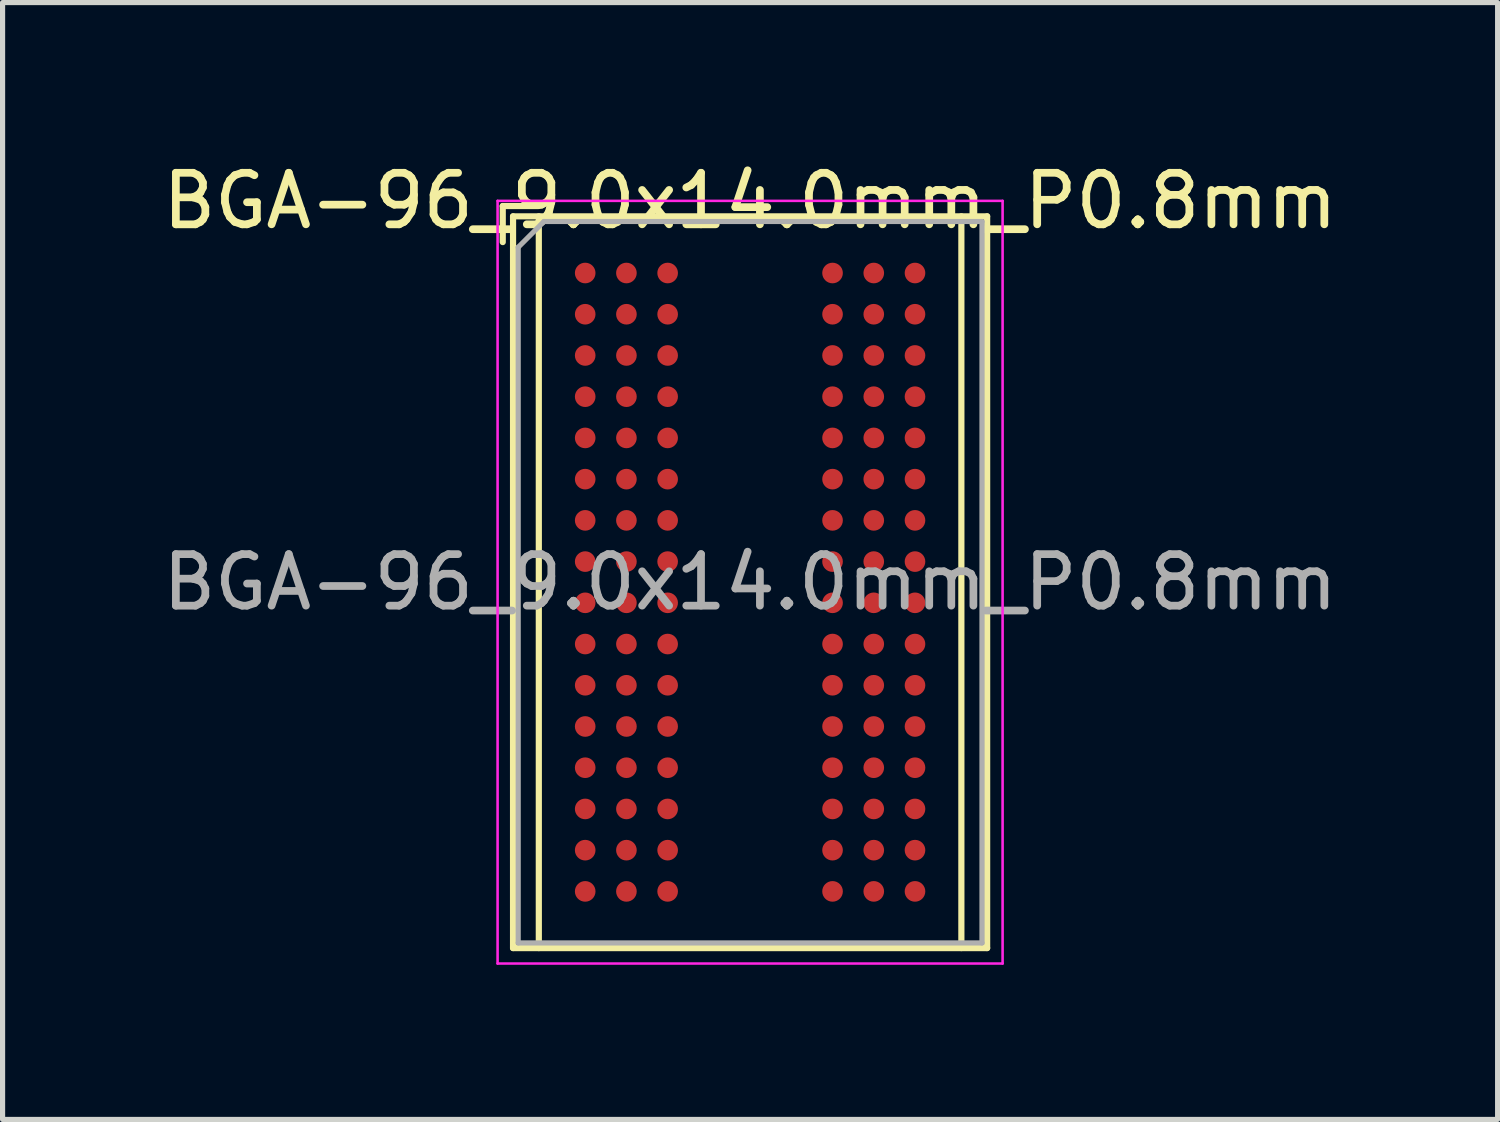
<source format=kicad_pcb>
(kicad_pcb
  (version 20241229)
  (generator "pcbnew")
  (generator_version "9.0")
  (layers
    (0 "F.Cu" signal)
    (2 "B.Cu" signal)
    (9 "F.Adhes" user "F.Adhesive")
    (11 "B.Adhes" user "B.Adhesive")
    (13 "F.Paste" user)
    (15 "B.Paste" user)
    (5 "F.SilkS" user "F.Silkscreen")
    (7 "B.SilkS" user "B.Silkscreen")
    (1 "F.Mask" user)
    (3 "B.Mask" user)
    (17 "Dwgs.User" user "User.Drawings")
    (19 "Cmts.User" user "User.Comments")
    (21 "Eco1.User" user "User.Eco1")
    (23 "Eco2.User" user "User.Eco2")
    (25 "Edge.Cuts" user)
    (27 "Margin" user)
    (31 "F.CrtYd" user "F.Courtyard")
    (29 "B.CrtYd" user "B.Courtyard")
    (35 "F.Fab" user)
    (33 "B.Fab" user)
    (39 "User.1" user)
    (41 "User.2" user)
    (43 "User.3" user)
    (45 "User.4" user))
  (footprint "BGA-96_9.0x14.0mm_P0.8mm"
    (layer "F.Cu")
    (at 11.506 8.248)
    (property "Reference" "BGA-96_9.0x14.0mm_P0.8mm" (at 0 -7.4 0) (layer "F.SilkS") (effects (font (size 1 1) (thickness 0.15))))
    (attr smd)
    (fp_line (start -4.8 -7.3) (end -4.8 -6.6) (stroke (width 0.12) (type solid)) (layer "F.SilkS"))
    (fp_line (start -4.6 -7.1) (end -4.6 7.1) (stroke (width 0.12) (type solid)) (layer "F.SilkS"))
    (fp_line (start -4.6 7.1) (end 4.6 7.1) (stroke (width 0.12) (type solid)) (layer "F.SilkS"))
    (fp_line (start -4.1 -7.3) (end -4.8 -7.3) (stroke (width 0.12) (type solid)) (layer "F.SilkS"))
    (fp_line (start -4.1 -7.1) (end -4.1 7.1) (stroke (width 0.12) (type solid)) (layer "F.SilkS"))
    (fp_line (start 4.1 -7.1) (end 4.1 7.1) (stroke (width 0.12) (type solid)) (layer "F.SilkS"))
    (fp_line (start 4.6 -7.1) (end -4.6 -7.1) (stroke (width 0.12) (type solid)) (layer "F.SilkS"))
    (fp_line (start 4.6 7.1) (end 4.6 -7.1) (stroke (width 0.12) (type solid)) (layer "F.SilkS"))
    (fp_line (start -4.9 -7.4) (end -4.9 7.4) (stroke (width 0.05) (type solid)) (layer "F.CrtYd"))
    (fp_line (start -4.9 -7.4) (end 4.9 -7.4) (stroke (width 0.05) (type solid)) (layer "F.CrtYd"))
    (fp_line (start 4.9 7.4) (end -4.9 7.4) (stroke (width 0.05) (type solid)) (layer "F.CrtYd"))
    (fp_line (start 4.9 7.4) (end 4.9 -7.4) (stroke (width 0.05) (type solid)) (layer "F.CrtYd"))
    (fp_line (start -4.5 -6.5) (end -4.5 7) (stroke (width 0.1) (type solid)) (layer "F.Fab"))
    (fp_line (start -4.5 7) (end 4.5 7) (stroke (width 0.1) (type solid)) (layer "F.Fab"))
    (fp_line (start -4 -7) (end -4.5 -6.5) (stroke (width 0.1) (type solid)) (layer "F.Fab"))
    (fp_line (start 4.5 -7) (end -4 -7) (stroke (width 0.1) (type solid)) (layer "F.Fab"))
    (fp_line (start 4.5 7) (end 4.5 -7) (stroke (width 0.1) (type solid)) (layer "F.Fab"))
    (fp_text user "${REFERENCE}" (at 0 0 0) (layer "F.Fab") (effects (font (size 1 1) (thickness 0.15))))
    (pad "A1" smd circle (at -3.2 -6) (size 0.4 0.4) (layers "F.Cu" "F.Mask" "F.Paste"))
    (pad "A2" smd circle (at -2.4 -6) (size 0.4 0.4) (layers "F.Cu" "F.Mask" "F.Paste"))
    (pad "A3" smd circle (at -1.6 -6) (size 0.4 0.4) (layers "F.Cu" "F.Mask" "F.Paste"))
    (pad "A7" smd circle (at 1.6 -6) (size 0.4 0.4) (layers "F.Cu" "F.Mask" "F.Paste"))
    (pad "A8" smd circle (at 2.4 -6) (size 0.4 0.4) (layers "F.Cu" "F.Mask" "F.Paste"))
    (pad "A9" smd circle (at 3.2 -6) (size 0.4 0.4) (layers "F.Cu" "F.Mask" "F.Paste"))
    (pad "B1" smd circle (at -3.2 -5.2) (size 0.4 0.4) (layers "F.Cu" "F.Mask" "F.Paste"))
    (pad "B2" smd circle (at -2.4 -5.2) (size 0.4 0.4) (layers "F.Cu" "F.Mask" "F.Paste"))
    (pad "B3" smd circle (at -1.6 -5.2) (size 0.4 0.4) (layers "F.Cu" "F.Mask" "F.Paste"))
    (pad "B7" smd circle (at 1.6 -5.2) (size 0.4 0.4) (layers "F.Cu" "F.Mask" "F.Paste"))
    (pad "B8" smd circle (at 2.4 -5.2) (size 0.4 0.4) (layers "F.Cu" "F.Mask" "F.Paste"))
    (pad "B9" smd circle (at 3.2 -5.2) (size 0.4 0.4) (layers "F.Cu" "F.Mask" "F.Paste"))
    (pad "C1" smd circle (at -3.2 -4.4) (size 0.4 0.4) (layers "F.Cu" "F.Mask" "F.Paste"))
    (pad "C2" smd circle (at -2.4 -4.4) (size 0.4 0.4) (layers "F.Cu" "F.Mask" "F.Paste"))
    (pad "C3" smd circle (at -1.6 -4.4) (size 0.4 0.4) (layers "F.Cu" "F.Mask" "F.Paste"))
    (pad "C7" smd circle (at 1.6 -4.4) (size 0.4 0.4) (layers "F.Cu" "F.Mask" "F.Paste"))
    (pad "C8" smd circle (at 2.4 -4.4) (size 0.4 0.4) (layers "F.Cu" "F.Mask" "F.Paste"))
    (pad "C9" smd circle (at 3.2 -4.4) (size 0.4 0.4) (layers "F.Cu" "F.Mask" "F.Paste"))
    (pad "D1" smd circle (at -3.2 -3.6) (size 0.4 0.4) (layers "F.Cu" "F.Mask" "F.Paste"))
    (pad "D2" smd circle (at -2.4 -3.6) (size 0.4 0.4) (layers "F.Cu" "F.Mask" "F.Paste"))
    (pad "D3" smd circle (at -1.6 -3.6) (size 0.4 0.4) (layers "F.Cu" "F.Mask" "F.Paste"))
    (pad "D7" smd circle (at 1.6 -3.6) (size 0.4 0.4) (layers "F.Cu" "F.Mask" "F.Paste"))
    (pad "D8" smd circle (at 2.4 -3.6) (size 0.4 0.4) (layers "F.Cu" "F.Mask" "F.Paste"))
    (pad "D9" smd circle (at 3.2 -3.6) (size 0.4 0.4) (layers "F.Cu" "F.Mask" "F.Paste"))
    (pad "E1" smd circle (at -3.2 -2.8) (size 0.4 0.4) (layers "F.Cu" "F.Mask" "F.Paste"))
    (pad "E2" smd circle (at -2.4 -2.8) (size 0.4 0.4) (layers "F.Cu" "F.Mask" "F.Paste"))
    (pad "E3" smd circle (at -1.6 -2.8) (size 0.4 0.4) (layers "F.Cu" "F.Mask" "F.Paste"))
    (pad "E7" smd circle (at 1.6 -2.8) (size 0.4 0.4) (layers "F.Cu" "F.Mask" "F.Paste"))
    (pad "E8" smd circle (at 2.4 -2.8) (size 0.4 0.4) (layers "F.Cu" "F.Mask" "F.Paste"))
    (pad "E9" smd circle (at 3.2 -2.8) (size 0.4 0.4) (layers "F.Cu" "F.Mask" "F.Paste"))
    (pad "F1" smd circle (at -3.2 -2) (size 0.4 0.4) (layers "F.Cu" "F.Mask" "F.Paste"))
    (pad "F2" smd circle (at -2.4 -2) (size 0.4 0.4) (layers "F.Cu" "F.Mask" "F.Paste"))
    (pad "F3" smd circle (at -1.6 -2) (size 0.4 0.4) (layers "F.Cu" "F.Mask" "F.Paste"))
    (pad "F7" smd circle (at 1.6 -2) (size 0.4 0.4) (layers "F.Cu" "F.Mask" "F.Paste"))
    (pad "F8" smd circle (at 2.4 -2) (size 0.4 0.4) (layers "F.Cu" "F.Mask" "F.Paste"))
    (pad "F9" smd circle (at 3.2 -2) (size 0.4 0.4) (layers "F.Cu" "F.Mask" "F.Paste"))
    (pad "G1" smd circle (at -3.2 -1.2) (size 0.4 0.4) (layers "F.Cu" "F.Mask" "F.Paste"))
    (pad "G2" smd circle (at -2.4 -1.2) (size 0.4 0.4) (layers "F.Cu" "F.Mask" "F.Paste"))
    (pad "G3" smd circle (at -1.6 -1.2) (size 0.4 0.4) (layers "F.Cu" "F.Mask" "F.Paste"))
    (pad "G7" smd circle (at 1.6 -1.2) (size 0.4 0.4) (layers "F.Cu" "F.Mask" "F.Paste"))
    (pad "G8" smd circle (at 2.4 -1.2) (size 0.4 0.4) (layers "F.Cu" "F.Mask" "F.Paste"))
    (pad "G9" smd circle (at 3.2 -1.2) (size 0.4 0.4) (layers "F.Cu" "F.Mask" "F.Paste"))
    (pad "H1" smd circle (at -3.2 -0.4) (size 0.4 0.4) (layers "F.Cu" "F.Mask" "F.Paste"))
    (pad "H2" smd circle (at -2.4 -0.4) (size 0.4 0.4) (layers "F.Cu" "F.Mask" "F.Paste"))
    (pad "H3" smd circle (at -1.6 -0.4) (size 0.4 0.4) (layers "F.Cu" "F.Mask" "F.Paste"))
    (pad "H7" smd circle (at 1.6 -0.4) (size 0.4 0.4) (layers "F.Cu" "F.Mask" "F.Paste"))
    (pad "H8" smd circle (at 2.4 -0.4) (size 0.4 0.4) (layers "F.Cu" "F.Mask" "F.Paste"))
    (pad "H9" smd circle (at 3.2 -0.4) (size 0.4 0.4) (layers "F.Cu" "F.Mask" "F.Paste"))
    (pad "J1" smd circle (at -3.2 0.4) (size 0.4 0.4) (layers "F.Cu" "F.Mask" "F.Paste"))
    (pad "J2" smd circle (at -2.4 0.4) (size 0.4 0.4) (layers "F.Cu" "F.Mask" "F.Paste"))
    (pad "J3" smd circle (at -1.6 0.4) (size 0.4 0.4) (layers "F.Cu" "F.Mask" "F.Paste"))
    (pad "J7" smd circle (at 1.6 0.4) (size 0.4 0.4) (layers "F.Cu" "F.Mask" "F.Paste"))
    (pad "J8" smd circle (at 2.4 0.4) (size 0.4 0.4) (layers "F.Cu" "F.Mask" "F.Paste"))
    (pad "J9" smd circle (at 3.2 0.4) (size 0.4 0.4) (layers "F.Cu" "F.Mask" "F.Paste"))
    (pad "K1" smd circle (at -3.2 1.2) (size 0.4 0.4) (layers "F.Cu" "F.Mask" "F.Paste"))
    (pad "K2" smd circle (at -2.4 1.2) (size 0.4 0.4) (layers "F.Cu" "F.Mask" "F.Paste"))
    (pad "K3" smd circle (at -1.6 1.2) (size 0.4 0.4) (layers "F.Cu" "F.Mask" "F.Paste"))
    (pad "K7" smd circle (at 1.6 1.2) (size 0.4 0.4) (layers "F.Cu" "F.Mask" "F.Paste"))
    (pad "K8" smd circle (at 2.4 1.2) (size 0.4 0.4) (layers "F.Cu" "F.Mask" "F.Paste"))
    (pad "K9" smd circle (at 3.2 1.2) (size 0.4 0.4) (layers "F.Cu" "F.Mask" "F.Paste"))
    (pad "L1" smd circle (at -3.2 2) (size 0.4 0.4) (layers "F.Cu" "F.Mask" "F.Paste"))
    (pad "L2" smd circle (at -2.4 2) (size 0.4 0.4) (layers "F.Cu" "F.Mask" "F.Paste"))
    (pad "L3" smd circle (at -1.6 2) (size 0.4 0.4) (layers "F.Cu" "F.Mask" "F.Paste"))
    (pad "L7" smd circle (at 1.6 2) (size 0.4 0.4) (layers "F.Cu" "F.Mask" "F.Paste"))
    (pad "L8" smd circle (at 2.4 2) (size 0.4 0.4) (layers "F.Cu" "F.Mask" "F.Paste"))
    (pad "L9" smd circle (at 3.2 2) (size 0.4 0.4) (layers "F.Cu" "F.Mask" "F.Paste"))
    (pad "M1" smd circle (at -3.2 2.8) (size 0.4 0.4) (layers "F.Cu" "F.Mask" "F.Paste"))
    (pad "M2" smd circle (at -2.4 2.8) (size 0.4 0.4) (layers "F.Cu" "F.Mask" "F.Paste"))
    (pad "M3" smd circle (at -1.6 2.8) (size 0.4 0.4) (layers "F.Cu" "F.Mask" "F.Paste"))
    (pad "M7" smd circle (at 1.6 2.8) (size 0.4 0.4) (layers "F.Cu" "F.Mask" "F.Paste"))
    (pad "M8" smd circle (at 2.4 2.8) (size 0.4 0.4) (layers "F.Cu" "F.Mask" "F.Paste"))
    (pad "M9" smd circle (at 3.2 2.8) (size 0.4 0.4) (layers "F.Cu" "F.Mask" "F.Paste"))
    (pad "N1" smd circle (at -3.2 3.6) (size 0.4 0.4) (layers "F.Cu" "F.Mask" "F.Paste"))
    (pad "N2" smd circle (at -2.4 3.6) (size 0.4 0.4) (layers "F.Cu" "F.Mask" "F.Paste"))
    (pad "N3" smd circle (at -1.6 3.6) (size 0.4 0.4) (layers "F.Cu" "F.Mask" "F.Paste"))
    (pad "N7" smd circle (at 1.6 3.6) (size 0.4 0.4) (layers "F.Cu" "F.Mask" "F.Paste"))
    (pad "N8" smd circle (at 2.4 3.6) (size 0.4 0.4) (layers "F.Cu" "F.Mask" "F.Paste"))
    (pad "N9" smd circle (at 3.2 3.6) (size 0.4 0.4) (layers "F.Cu" "F.Mask" "F.Paste"))
    (pad "P1" smd circle (at -3.2 4.4) (size 0.4 0.4) (layers "F.Cu" "F.Mask" "F.Paste"))
    (pad "P2" smd circle (at -2.4 4.4) (size 0.4 0.4) (layers "F.Cu" "F.Mask" "F.Paste"))
    (pad "P3" smd circle (at -1.6 4.4) (size 0.4 0.4) (layers "F.Cu" "F.Mask" "F.Paste"))
    (pad "P7" smd circle (at 1.6 4.4) (size 0.4 0.4) (layers "F.Cu" "F.Mask" "F.Paste"))
    (pad "P8" smd circle (at 2.4 4.4) (size 0.4 0.4) (layers "F.Cu" "F.Mask" "F.Paste"))
    (pad "P9" smd circle (at 3.2 4.4) (size 0.4 0.4) (layers "F.Cu" "F.Mask" "F.Paste"))
    (pad "R1" smd circle (at -3.2 5.2) (size 0.4 0.4) (layers "F.Cu" "F.Mask" "F.Paste"))
    (pad "R2" smd circle (at -2.4 5.2) (size 0.4 0.4) (layers "F.Cu" "F.Mask" "F.Paste"))
    (pad "R3" smd circle (at -1.6 5.2) (size 0.4 0.4) (layers "F.Cu" "F.Mask" "F.Paste"))
    (pad "R7" smd circle (at 1.6 5.2) (size 0.4 0.4) (layers "F.Cu" "F.Mask" "F.Paste"))
    (pad "R8" smd circle (at 2.4 5.2) (size 0.4 0.4) (layers "F.Cu" "F.Mask" "F.Paste"))
    (pad "R9" smd circle (at 3.2 5.2) (size 0.4 0.4) (layers "F.Cu" "F.Mask" "F.Paste"))
    (pad "T1" smd circle (at -3.2 6) (size 0.4 0.4) (layers "F.Cu" "F.Mask" "F.Paste"))
    (pad "T2" smd circle (at -2.4 6) (size 0.4 0.4) (layers "F.Cu" "F.Mask" "F.Paste"))
    (pad "T3" smd circle (at -1.6 6) (size 0.4 0.4) (layers "F.Cu" "F.Mask" "F.Paste"))
    (pad "T7" smd circle (at 1.6 6) (size 0.4 0.4) (layers "F.Cu" "F.Mask" "F.Paste"))
    (pad "T8" smd circle (at 2.4 6) (size 0.4 0.4) (layers "F.Cu" "F.Mask" "F.Paste"))
    (pad "T9" smd circle (at 3.2 6) (size 0.4 0.4) (layers "F.Cu" "F.Mask" "F.Paste")))
  (gr_rect
    (start -3 -3)
    (end 26.012 18.673)
    (stroke (width 0.1) (type default))
    (fill no)
    (layer "Edge.Cuts")))
</source>
